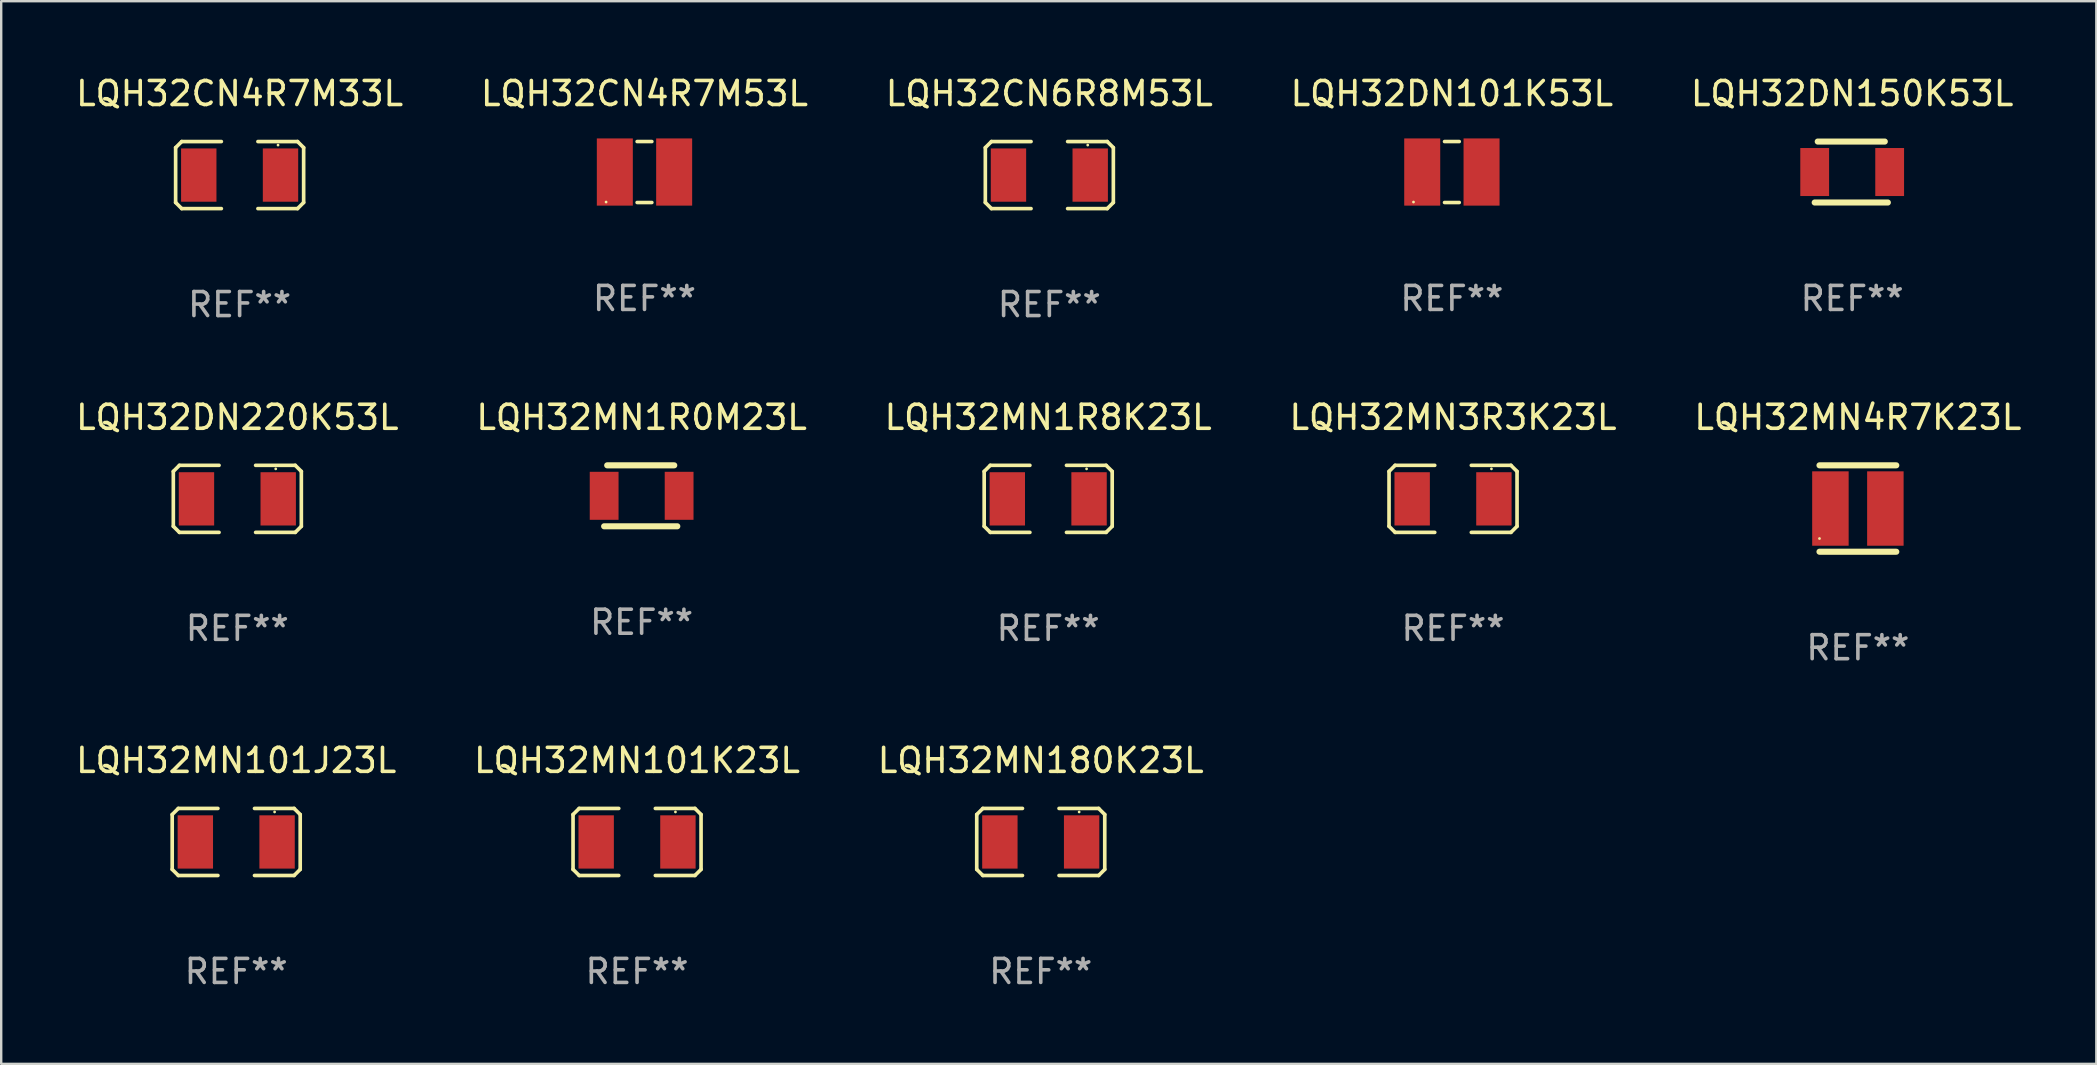
<source format=kicad_pcb>
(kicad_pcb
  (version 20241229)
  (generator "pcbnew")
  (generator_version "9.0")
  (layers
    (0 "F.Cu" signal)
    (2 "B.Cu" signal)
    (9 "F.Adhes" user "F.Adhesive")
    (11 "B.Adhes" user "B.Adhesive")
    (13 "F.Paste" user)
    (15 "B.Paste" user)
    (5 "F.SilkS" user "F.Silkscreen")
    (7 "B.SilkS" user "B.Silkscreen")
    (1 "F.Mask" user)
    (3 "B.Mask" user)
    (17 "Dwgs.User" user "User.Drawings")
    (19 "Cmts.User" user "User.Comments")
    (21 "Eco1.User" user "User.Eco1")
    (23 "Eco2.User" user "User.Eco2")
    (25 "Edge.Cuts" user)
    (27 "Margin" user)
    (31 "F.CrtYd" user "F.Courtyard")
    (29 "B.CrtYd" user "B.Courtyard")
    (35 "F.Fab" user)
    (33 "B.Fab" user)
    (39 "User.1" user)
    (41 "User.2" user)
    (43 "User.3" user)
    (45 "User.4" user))
  (footprint "LQH32DN220K53L"
    (layer "F.Cu")
    (at 6.839 17.736)
    (property "Reference" "LQH32DN220K53L" (at 0 -3.397 0) (layer "F.SilkS") (effects (font (size 1 1) (thickness 0.15))))
    (attr through_hole)
    (fp_line (start -2.667 -1.143) (end -2.413 -1.397) (stroke (width 0.152) (type solid)) (layer "F.SilkS"))
    (fp_line (start -2.667 1.143) (end -2.667 -1.143) (stroke (width 0.152) (type solid)) (layer "F.SilkS"))
    (fp_line (start -2.413 -1.397) (end -0.762 -1.397) (stroke (width 0.152) (type solid)) (layer "F.SilkS"))
    (fp_line (start -2.413 1.397) (end -2.667 1.143) (stroke (width 0.152) (type solid)) (layer "F.SilkS"))
    (fp_line (start -0.762 1.397) (end -2.413 1.397) (stroke (width 0.152) (type solid)) (layer "F.SilkS"))
    (fp_line (start 0.762 -1.397) (end 2.413 -1.397) (stroke (width 0.152) (type solid)) (layer "F.SilkS"))
    (fp_line (start 2.413 -1.397) (end 2.667 -1.143) (stroke (width 0.152) (type solid)) (layer "F.SilkS"))
    (fp_line (start 2.413 1.397) (end 0.762 1.397) (stroke (width 0.152) (type solid)) (layer "F.SilkS"))
    (fp_line (start 2.667 -1.143) (end 2.667 1.143) (stroke (width 0.152) (type solid)) (layer "F.SilkS"))
    (fp_line (start 2.667 1.143) (end 2.413 1.397) (stroke (width 0.152) (type solid)) (layer "F.SilkS"))
    (fp_circle (center 1.6 -1.25) (end 1.63 -1.25) (stroke (width 0.06) (type solid)) (fill no) (layer "F.SilkS"))
    (fp_text user "REF**" (at 0 5.397 0) (layer "F.Fab") (effects (font (size 1 1) (thickness 0.15))))
    (pad "1" smd rect (at 1.703 0) (size 1.474 2.22) (layers "F.Cu" "F.Mask" "F.Paste"))
    (pad "2" smd rect (at -1.703 0) (size 1.474 2.22) (layers "F.Cu" "F.Mask" "F.Paste")))
  (footprint "LQH32DN101K53L"
    (layer "F.Cu")
    (at 57.446 4.118)
    (property "Reference" "LQH32DN101K53L" (at 0 -3.27 0) (layer "F.SilkS") (effects (font (size 1 1) (thickness 0.15))))
    (attr through_hole)
    (fp_line (start -0.307 -1.27) (end 0.307 -1.27) (stroke (width 0.15) (type solid)) (layer "F.SilkS"))
    (fp_line (start -0.307 1.27) (end 0.307 1.27) (stroke (width 0.15) (type solid)) (layer "F.SilkS"))
    (fp_circle (center -1.6 1.25) (end -1.57 1.25) (stroke (width 0.06) (type solid)) (fill no) (layer "F.SilkS"))
    (fp_text user "REF**" (at 0 5.27 0) (layer "F.Fab") (effects (font (size 1 1) (thickness 0.15))))
    (pad "1" smd rect (at -1.236 0) (size 1.5 2.8) (layers "F.Cu" "F.Mask" "F.Paste"))
    (pad "2" smd rect (at 1.236 0) (size 1.5 2.8) (layers "F.Cu" "F.Mask" "F.Paste")))
  (footprint "LQH32CN4R7M53L"
    (layer "F.Cu")
    (at 23.804 4.118)
    (property "Reference" "LQH32CN4R7M53L" (at 0 -3.27 0) (layer "F.SilkS") (effects (font (size 1 1) (thickness 0.15))))
    (attr through_hole)
    (fp_line (start -0.307 -1.27) (end 0.307 -1.27) (stroke (width 0.15) (type solid)) (layer "F.SilkS"))
    (fp_line (start -0.307 1.27) (end 0.307 1.27) (stroke (width 0.15) (type solid)) (layer "F.SilkS"))
    (fp_circle (center -1.6 1.25) (end -1.57 1.25) (stroke (width 0.06) (type solid)) (fill no) (layer "F.SilkS"))
    (fp_text user "REF**" (at 0 5.27 0) (layer "F.Fab") (effects (font (size 1 1) (thickness 0.15))))
    (pad "1" smd rect (at -1.236 0) (size 1.5 2.8) (layers "F.Cu" "F.Mask" "F.Paste"))
    (pad "2" smd rect (at 1.236 0) (size 1.5 2.8) (layers "F.Cu" "F.Mask" "F.Paste")))
  (footprint "LQH32CN6R8M53L"
    (layer "F.Cu")
    (at 40.673 4.245)
    (property "Reference" "LQH32CN6R8M53L" (at 0 -3.397 0) (layer "F.SilkS") (effects (font (size 1 1) (thickness 0.15))))
    (attr through_hole)
    (fp_line (start -2.667 -1.143) (end -2.413 -1.397) (stroke (width 0.152) (type solid)) (layer "F.SilkS"))
    (fp_line (start -2.667 1.143) (end -2.667 -1.143) (stroke (width 0.152) (type solid)) (layer "F.SilkS"))
    (fp_line (start -2.413 -1.397) (end -0.762 -1.397) (stroke (width 0.152) (type solid)) (layer "F.SilkS"))
    (fp_line (start -2.413 1.397) (end -2.667 1.143) (stroke (width 0.152) (type solid)) (layer "F.SilkS"))
    (fp_line (start -0.762 1.397) (end -2.413 1.397) (stroke (width 0.152) (type solid)) (layer "F.SilkS"))
    (fp_line (start 0.762 -1.397) (end 2.413 -1.397) (stroke (width 0.152) (type solid)) (layer "F.SilkS"))
    (fp_line (start 2.413 -1.397) (end 2.667 -1.143) (stroke (width 0.152) (type solid)) (layer "F.SilkS"))
    (fp_line (start 2.413 1.397) (end 0.762 1.397) (stroke (width 0.152) (type solid)) (layer "F.SilkS"))
    (fp_line (start 2.667 -1.143) (end 2.667 1.143) (stroke (width 0.152) (type solid)) (layer "F.SilkS"))
    (fp_line (start 2.667 1.143) (end 2.413 1.397) (stroke (width 0.152) (type solid)) (layer "F.SilkS"))
    (fp_circle (center 1.6 -1.25) (end 1.63 -1.25) (stroke (width 0.06) (type solid)) (fill no) (layer "F.SilkS"))
    (fp_text user "REF**" (at 0 5.397 0) (layer "F.Fab") (effects (font (size 1 1) (thickness 0.15))))
    (pad "1" smd rect (at 1.703 0) (size 1.474 2.22) (layers "F.Cu" "F.Mask" "F.Paste"))
    (pad "2" smd rect (at -1.703 0) (size 1.474 2.22) (layers "F.Cu" "F.Mask" "F.Paste")))
  (footprint "LQH32MN101J23L"
    (layer "F.Cu")
    (at 6.792 32.032)
    (property "Reference" "LQH32MN101J23L" (at 0 -3.397 0) (layer "F.SilkS") (effects (font (size 1 1) (thickness 0.15))))
    (attr through_hole)
    (fp_line (start -2.667 -1.143) (end -2.413 -1.397) (stroke (width 0.152) (type solid)) (layer "F.SilkS"))
    (fp_line (start -2.667 1.143) (end -2.667 -1.143) (stroke (width 0.152) (type solid)) (layer "F.SilkS"))
    (fp_line (start -2.413 -1.397) (end -0.762 -1.397) (stroke (width 0.152) (type solid)) (layer "F.SilkS"))
    (fp_line (start -2.413 1.397) (end -2.667 1.143) (stroke (width 0.152) (type solid)) (layer "F.SilkS"))
    (fp_line (start -0.762 1.397) (end -2.413 1.397) (stroke (width 0.152) (type solid)) (layer "F.SilkS"))
    (fp_line (start 0.762 -1.397) (end 2.413 -1.397) (stroke (width 0.152) (type solid)) (layer "F.SilkS"))
    (fp_line (start 2.413 -1.397) (end 2.667 -1.143) (stroke (width 0.152) (type solid)) (layer "F.SilkS"))
    (fp_line (start 2.413 1.397) (end 0.762 1.397) (stroke (width 0.152) (type solid)) (layer "F.SilkS"))
    (fp_line (start 2.667 -1.143) (end 2.667 1.143) (stroke (width 0.152) (type solid)) (layer "F.SilkS"))
    (fp_line (start 2.667 1.143) (end 2.413 1.397) (stroke (width 0.152) (type solid)) (layer "F.SilkS"))
    (fp_circle (center 1.6 -1.25) (end 1.63 -1.25) (stroke (width 0.06) (type solid)) (fill no) (layer "F.SilkS"))
    (fp_text user "REF**" (at 0 5.397 0) (layer "F.Fab") (effects (font (size 1 1) (thickness 0.15))))
    (pad "1" smd rect (at 1.703 0) (size 1.474 2.22) (layers "F.Cu" "F.Mask" "F.Paste"))
    (pad "2" smd rect (at -1.703 0) (size 1.474 2.22) (layers "F.Cu" "F.Mask" "F.Paste")))
  (footprint "LQH32DN150K53L"
    (layer "F.Cu")
    (at 74.125 4.118)
    (property "Reference" "LQH32DN150K53L" (at 0 -3.27 0) (layer "F.SilkS") (effects (font (size 1 1) (thickness 0.15))))
    (attr through_hole)
    (fp_line (start -1.562 1.27) (end 1.486 1.27) (stroke (width 0.254) (type solid)) (layer "F.SilkS"))
    (fp_line (start -1.435 -1.27) (end 1.359 -1.27) (stroke (width 0.254) (type solid)) (layer "F.SilkS"))
    (fp_circle (center -1.6 1.25) (end -1.57 1.25) (stroke (width 0.06) (type solid)) (fill no) (layer "F.SilkS"))
    (fp_text user "REF**" (at 0 5.27 0) (layer "F.Fab") (effects (font (size 1 1) (thickness 0.15))))
    (pad "1" smd rect (at -1.562 0 180) (size 1.2 2) (layers "F.Cu" "F.Mask" "F.Paste"))
    (pad "2" smd rect (at 1.562 0 180) (size 1.2 2) (layers "F.Cu" "F.Mask" "F.Paste")))
  (footprint "LQH32MN1R8K23L"
    (layer "F.Cu")
    (at 40.625 17.736)
    (property "Reference" "LQH32MN1R8K23L" (at 0 -3.397 0) (layer "F.SilkS") (effects (font (size 1 1) (thickness 0.15))))
    (attr through_hole)
    (fp_line (start -2.667 -1.143) (end -2.413 -1.397) (stroke (width 0.152) (type solid)) (layer "F.SilkS"))
    (fp_line (start -2.667 1.143) (end -2.667 -1.143) (stroke (width 0.152) (type solid)) (layer "F.SilkS"))
    (fp_line (start -2.413 -1.397) (end -0.762 -1.397) (stroke (width 0.152) (type solid)) (layer "F.SilkS"))
    (fp_line (start -2.413 1.397) (end -2.667 1.143) (stroke (width 0.152) (type solid)) (layer "F.SilkS"))
    (fp_line (start -0.762 1.397) (end -2.413 1.397) (stroke (width 0.152) (type solid)) (layer "F.SilkS"))
    (fp_line (start 0.762 -1.397) (end 2.413 -1.397) (stroke (width 0.152) (type solid)) (layer "F.SilkS"))
    (fp_line (start 2.413 -1.397) (end 2.667 -1.143) (stroke (width 0.152) (type solid)) (layer "F.SilkS"))
    (fp_line (start 2.413 1.397) (end 0.762 1.397) (stroke (width 0.152) (type solid)) (layer "F.SilkS"))
    (fp_line (start 2.667 -1.143) (end 2.667 1.143) (stroke (width 0.152) (type solid)) (layer "F.SilkS"))
    (fp_line (start 2.667 1.143) (end 2.413 1.397) (stroke (width 0.152) (type solid)) (layer "F.SilkS"))
    (fp_circle (center 1.6 -1.25) (end 1.63 -1.25) (stroke (width 0.06) (type solid)) (fill no) (layer "F.SilkS"))
    (fp_text user "REF**" (at 0 5.397 0) (layer "F.Fab") (effects (font (size 1 1) (thickness 0.15))))
    (pad "1" smd rect (at 1.703 0) (size 1.474 2.22) (layers "F.Cu" "F.Mask" "F.Paste"))
    (pad "2" smd rect (at -1.703 0) (size 1.474 2.22) (layers "F.Cu" "F.Mask" "F.Paste")))
  (footprint "LQH32MN4R7K23L"
    (layer "F.Cu")
    (at 74.363 18.139)
    (property "Reference" "LQH32MN4R7K23L" (at 0 -3.8 0) (layer "F.SilkS") (effects (font (size 1 1) (thickness 0.15))))
    (attr through_hole)
    (fp_line (start -1.6 -1.8) (end 1.6 -1.8) (stroke (width 0.254) (type solid)) (layer "F.SilkS"))
    (fp_line (start -1.6 1.8) (end 1.6 1.8) (stroke (width 0.254) (type solid)) (layer "F.SilkS"))
    (fp_circle (center -1.6 1.25) (end -1.57 1.25) (stroke (width 0.06) (type solid)) (fill no) (layer "F.SilkS"))
    (fp_text user "REF**" (at 0 5.8 0) (layer "F.Fab") (effects (font (size 1 1) (thickness 0.15))))
    (pad "1" smd rect (at -1.145 0 90) (size 3.1 1.52) (layers "F.Cu" "F.Mask" "F.Paste"))
    (pad "2" smd rect (at 1.145 0 90) (size 3.1 1.52) (layers "F.Cu" "F.Mask" "F.Paste")))
  (footprint "LQH32MN1R0M23L"
    (layer "F.Cu")
    (at 23.685 17.609)
    (property "Reference" "LQH32MN1R0M23L" (at 0 -3.27 0) (layer "F.SilkS") (effects (font (size 1 1) (thickness 0.15))))
    (attr through_hole)
    (fp_line (start -1.562 1.27) (end 1.486 1.27) (stroke (width 0.254) (type solid)) (layer "F.SilkS"))
    (fp_line (start -1.435 -1.27) (end 1.359 -1.27) (stroke (width 0.254) (type solid)) (layer "F.SilkS"))
    (fp_circle (center -1.6 1.25) (end -1.57 1.25) (stroke (width 0.06) (type solid)) (fill no) (layer "F.SilkS"))
    (fp_text user "REF**" (at 0 5.27 0) (layer "F.Fab") (effects (font (size 1 1) (thickness 0.15))))
    (pad "1" smd rect (at -1.562 0 180) (size 1.2 2) (layers "F.Cu" "F.Mask" "F.Paste"))
    (pad "2" smd rect (at 1.562 0 180) (size 1.2 2) (layers "F.Cu" "F.Mask" "F.Paste")))
  (footprint "LQH32CN4R7M33L"
    (layer "F.Cu")
    (at 6.935 4.245)
    (property "Reference" "LQH32CN4R7M33L" (at 0 -3.397 0) (layer "F.SilkS") (effects (font (size 1 1) (thickness 0.15))))
    (attr through_hole)
    (fp_line (start -2.667 -1.143) (end -2.413 -1.397) (stroke (width 0.152) (type solid)) (layer "F.SilkS"))
    (fp_line (start -2.667 1.143) (end -2.667 -1.143) (stroke (width 0.152) (type solid)) (layer "F.SilkS"))
    (fp_line (start -2.413 -1.397) (end -0.762 -1.397) (stroke (width 0.152) (type solid)) (layer "F.SilkS"))
    (fp_line (start -2.413 1.397) (end -2.667 1.143) (stroke (width 0.152) (type solid)) (layer "F.SilkS"))
    (fp_line (start -0.762 1.397) (end -2.413 1.397) (stroke (width 0.152) (type solid)) (layer "F.SilkS"))
    (fp_line (start 0.762 -1.397) (end 2.413 -1.397) (stroke (width 0.152) (type solid)) (layer "F.SilkS"))
    (fp_line (start 2.413 -1.397) (end 2.667 -1.143) (stroke (width 0.152) (type solid)) (layer "F.SilkS"))
    (fp_line (start 2.413 1.397) (end 0.762 1.397) (stroke (width 0.152) (type solid)) (layer "F.SilkS"))
    (fp_line (start 2.667 -1.143) (end 2.667 1.143) (stroke (width 0.152) (type solid)) (layer "F.SilkS"))
    (fp_line (start 2.667 1.143) (end 2.413 1.397) (stroke (width 0.152) (type solid)) (layer "F.SilkS"))
    (fp_circle (center 1.6 -1.25) (end 1.63 -1.25) (stroke (width 0.06) (type solid)) (fill no) (layer "F.SilkS"))
    (fp_text user "REF**" (at 0 5.397 0) (layer "F.Fab") (effects (font (size 1 1) (thickness 0.15))))
    (pad "1" smd rect (at 1.703 0) (size 1.474 2.22) (layers "F.Cu" "F.Mask" "F.Paste"))
    (pad "2" smd rect (at -1.703 0) (size 1.474 2.22) (layers "F.Cu" "F.Mask" "F.Paste")))
  (footprint "LQH32MN101K23L"
    (layer "F.Cu")
    (at 23.494 32.032)
    (property "Reference" "LQH32MN101K23L" (at 0 -3.397 0) (layer "F.SilkS") (effects (font (size 1 1) (thickness 0.15))))
    (attr through_hole)
    (fp_line (start -2.667 -1.143) (end -2.413 -1.397) (stroke (width 0.152) (type solid)) (layer "F.SilkS"))
    (fp_line (start -2.667 1.143) (end -2.667 -1.143) (stroke (width 0.152) (type solid)) (layer "F.SilkS"))
    (fp_line (start -2.413 -1.397) (end -0.762 -1.397) (stroke (width 0.152) (type solid)) (layer "F.SilkS"))
    (fp_line (start -2.413 1.397) (end -2.667 1.143) (stroke (width 0.152) (type solid)) (layer "F.SilkS"))
    (fp_line (start -0.762 1.397) (end -2.413 1.397) (stroke (width 0.152) (type solid)) (layer "F.SilkS"))
    (fp_line (start 0.762 -1.397) (end 2.413 -1.397) (stroke (width 0.152) (type solid)) (layer "F.SilkS"))
    (fp_line (start 2.413 -1.397) (end 2.667 -1.143) (stroke (width 0.152) (type solid)) (layer "F.SilkS"))
    (fp_line (start 2.413 1.397) (end 0.762 1.397) (stroke (width 0.152) (type solid)) (layer "F.SilkS"))
    (fp_line (start 2.667 -1.143) (end 2.667 1.143) (stroke (width 0.152) (type solid)) (layer "F.SilkS"))
    (fp_line (start 2.667 1.143) (end 2.413 1.397) (stroke (width 0.152) (type solid)) (layer "F.SilkS"))
    (fp_circle (center 1.6 -1.25) (end 1.63 -1.25) (stroke (width 0.06) (type solid)) (fill no) (layer "F.SilkS"))
    (fp_text user "REF**" (at 0 5.397 0) (layer "F.Fab") (effects (font (size 1 1) (thickness 0.15))))
    (pad "1" smd rect (at 1.703 0) (size 1.474 2.22) (layers "F.Cu" "F.Mask" "F.Paste"))
    (pad "2" smd rect (at -1.703 0) (size 1.474 2.22) (layers "F.Cu" "F.Mask" "F.Paste")))
  (footprint "LQH32MN180K23L"
    (layer "F.Cu")
    (at 40.315 32.032)
    (property "Reference" "LQH32MN180K23L" (at 0 -3.397 0) (layer "F.SilkS") (effects (font (size 1 1) (thickness 0.15))))
    (attr through_hole)
    (fp_line (start -2.667 -1.143) (end -2.413 -1.397) (stroke (width 0.152) (type solid)) (layer "F.SilkS"))
    (fp_line (start -2.667 1.143) (end -2.667 -1.143) (stroke (width 0.152) (type solid)) (layer "F.SilkS"))
    (fp_line (start -2.413 -1.397) (end -0.762 -1.397) (stroke (width 0.152) (type solid)) (layer "F.SilkS"))
    (fp_line (start -2.413 1.397) (end -2.667 1.143) (stroke (width 0.152) (type solid)) (layer "F.SilkS"))
    (fp_line (start -0.762 1.397) (end -2.413 1.397) (stroke (width 0.152) (type solid)) (layer "F.SilkS"))
    (fp_line (start 0.762 -1.397) (end 2.413 -1.397) (stroke (width 0.152) (type solid)) (layer "F.SilkS"))
    (fp_line (start 2.413 -1.397) (end 2.667 -1.143) (stroke (width 0.152) (type solid)) (layer "F.SilkS"))
    (fp_line (start 2.413 1.397) (end 0.762 1.397) (stroke (width 0.152) (type solid)) (layer "F.SilkS"))
    (fp_line (start 2.667 -1.143) (end 2.667 1.143) (stroke (width 0.152) (type solid)) (layer "F.SilkS"))
    (fp_line (start 2.667 1.143) (end 2.413 1.397) (stroke (width 0.152) (type solid)) (layer "F.SilkS"))
    (fp_circle (center 1.6 -1.25) (end 1.63 -1.25) (stroke (width 0.06) (type solid)) (fill no) (layer "F.SilkS"))
    (fp_text user "REF**" (at 0 5.397 0) (layer "F.Fab") (effects (font (size 1 1) (thickness 0.15))))
    (pad "1" smd rect (at 1.703 0) (size 1.474 2.22) (layers "F.Cu" "F.Mask" "F.Paste"))
    (pad "2" smd rect (at -1.703 0) (size 1.474 2.22) (layers "F.Cu" "F.Mask" "F.Paste")))
  (footprint "LQH32MN3R3K23L"
    (layer "F.Cu")
    (at 57.494 17.736)
    (property "Reference" "LQH32MN3R3K23L" (at 0 -3.397 0) (layer "F.SilkS") (effects (font (size 1 1) (thickness 0.15))))
    (attr through_hole)
    (fp_line (start -2.667 -1.143) (end -2.413 -1.397) (stroke (width 0.152) (type solid)) (layer "F.SilkS"))
    (fp_line (start -2.667 1.143) (end -2.667 -1.143) (stroke (width 0.152) (type solid)) (layer "F.SilkS"))
    (fp_line (start -2.413 -1.397) (end -0.762 -1.397) (stroke (width 0.152) (type solid)) (layer "F.SilkS"))
    (fp_line (start -2.413 1.397) (end -2.667 1.143) (stroke (width 0.152) (type solid)) (layer "F.SilkS"))
    (fp_line (start -0.762 1.397) (end -2.413 1.397) (stroke (width 0.152) (type solid)) (layer "F.SilkS"))
    (fp_line (start 0.762 -1.397) (end 2.413 -1.397) (stroke (width 0.152) (type solid)) (layer "F.SilkS"))
    (fp_line (start 2.413 -1.397) (end 2.667 -1.143) (stroke (width 0.152) (type solid)) (layer "F.SilkS"))
    (fp_line (start 2.413 1.397) (end 0.762 1.397) (stroke (width 0.152) (type solid)) (layer "F.SilkS"))
    (fp_line (start 2.667 -1.143) (end 2.667 1.143) (stroke (width 0.152) (type solid)) (layer "F.SilkS"))
    (fp_line (start 2.667 1.143) (end 2.413 1.397) (stroke (width 0.152) (type solid)) (layer "F.SilkS"))
    (fp_circle (center 1.6 -1.25) (end 1.63 -1.25) (stroke (width 0.06) (type solid)) (fill no) (layer "F.SilkS"))
    (fp_text user "REF**" (at 0 5.397 0) (layer "F.Fab") (effects (font (size 1 1) (thickness 0.15))))
    (pad "1" smd rect (at 1.703 0) (size 1.474 2.22) (layers "F.Cu" "F.Mask" "F.Paste"))
    (pad "2" smd rect (at -1.703 0) (size 1.474 2.22) (layers "F.Cu" "F.Mask" "F.Paste")))
  (gr_rect
    (start -3 -3)
    (end 84.298 41.278)
    (stroke (width 0.1) (type default))
    (fill no)
    (layer "Edge.Cuts")))
</source>
